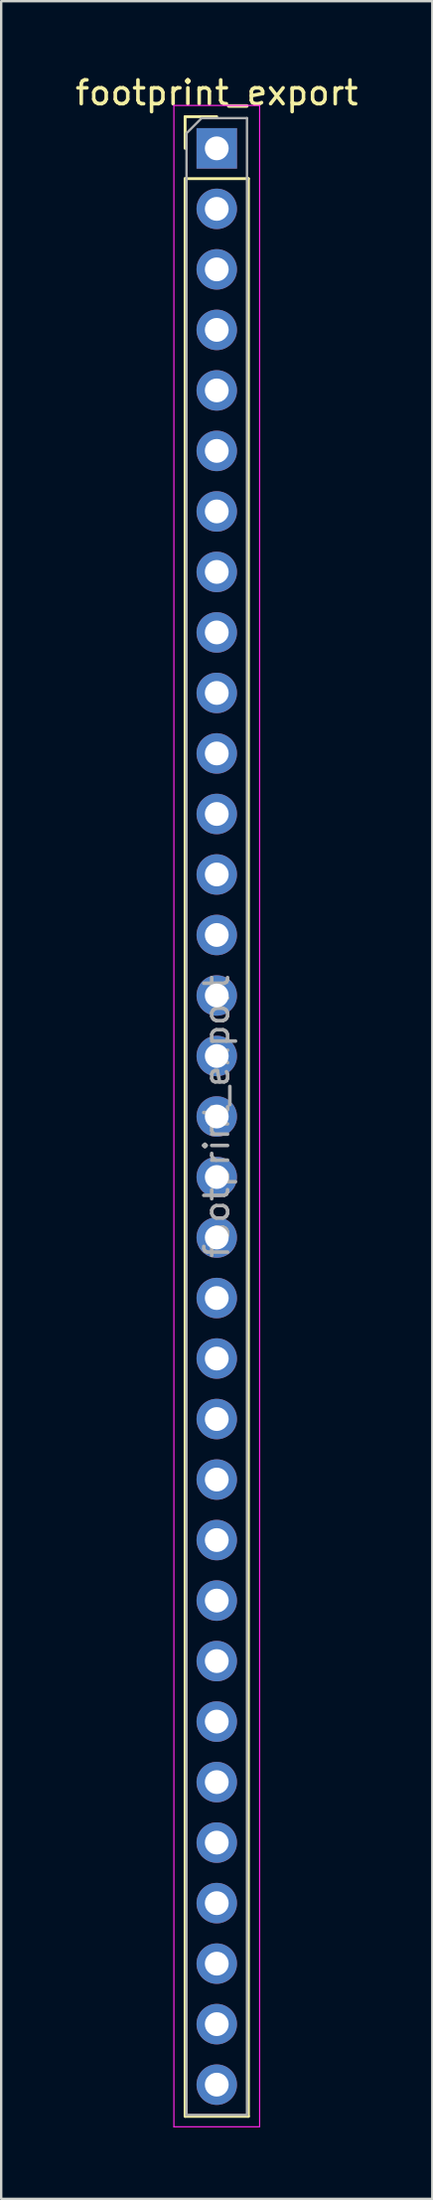
<source format=kicad_pcb>
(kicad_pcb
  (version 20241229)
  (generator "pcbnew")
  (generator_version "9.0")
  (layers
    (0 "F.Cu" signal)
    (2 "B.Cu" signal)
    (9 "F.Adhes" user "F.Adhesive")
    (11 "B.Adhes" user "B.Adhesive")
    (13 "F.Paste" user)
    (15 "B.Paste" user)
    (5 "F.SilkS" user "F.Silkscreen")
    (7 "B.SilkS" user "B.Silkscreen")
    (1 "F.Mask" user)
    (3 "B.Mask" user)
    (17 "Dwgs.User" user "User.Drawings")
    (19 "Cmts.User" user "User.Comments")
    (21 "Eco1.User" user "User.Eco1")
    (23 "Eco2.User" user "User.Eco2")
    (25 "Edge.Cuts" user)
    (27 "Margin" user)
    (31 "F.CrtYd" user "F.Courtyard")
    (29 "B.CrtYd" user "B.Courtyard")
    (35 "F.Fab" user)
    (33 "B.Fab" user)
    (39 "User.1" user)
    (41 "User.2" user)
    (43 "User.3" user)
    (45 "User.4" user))
  (footprint "footprint_export"
    (layer "F.Cu")
    (at 6.054 3.178)
    (property "Reference" "footprint_export" (at 0 -2.33 0) (layer "F.SilkS") (effects (font (size 1 1) (thickness 0.15))))
    (attr through_hole)
    (fp_line (start -1.33 -1.33) (end 0 -1.33) (stroke (width 0.12) (type solid)) (layer "F.SilkS"))
    (fp_line (start -1.33 0) (end -1.33 -1.33) (stroke (width 0.12) (type solid)) (layer "F.SilkS"))
    (fp_line (start -1.33 1.27) (end -1.33 82.61) (stroke (width 0.12) (type solid)) (layer "F.SilkS"))
    (fp_line (start -1.33 1.27) (end 1.33 1.27) (stroke (width 0.12) (type solid)) (layer "F.SilkS"))
    (fp_line (start -1.33 82.61) (end 1.33 82.61) (stroke (width 0.12) (type solid)) (layer "F.SilkS"))
    (fp_line (start 1.33 1.27) (end 1.33 82.61) (stroke (width 0.12) (type solid)) (layer "F.SilkS"))
    (fp_line (start -1.8 -1.8) (end -1.8 83.05) (stroke (width 0.05) (type solid)) (layer "F.CrtYd"))
    (fp_line (start -1.8 83.05) (end 1.8 83.05) (stroke (width 0.05) (type solid)) (layer "F.CrtYd"))
    (fp_line (start 1.8 -1.8) (end -1.8 -1.8) (stroke (width 0.05) (type solid)) (layer "F.CrtYd"))
    (fp_line (start 1.8 83.05) (end 1.8 -1.8) (stroke (width 0.05) (type solid)) (layer "F.CrtYd"))
    (fp_line (start -1.27 -0.635) (end -0.635 -1.27) (stroke (width 0.1) (type solid)) (layer "F.Fab"))
    (fp_line (start -1.27 82.55) (end -1.27 -0.635) (stroke (width 0.1) (type solid)) (layer "F.Fab"))
    (fp_line (start -0.635 -1.27) (end 1.27 -1.27) (stroke (width 0.1) (type solid)) (layer "F.Fab"))
    (fp_line (start 1.27 -1.27) (end 1.27 82.55) (stroke (width 0.1) (type solid)) (layer "F.Fab"))
    (fp_line (start 1.27 82.55) (end -1.27 82.55) (stroke (width 0.1) (type solid)) (layer "F.Fab"))
    (fp_text user "${REFERENCE}" (at 0 40.64 90) (layer "F.Fab") (effects (font (size 1 1) (thickness 0.15))))
    (pad "1" thru_hole rect (at 0 0) (size 1.7 1.7) (drill 1) (layers "*.Cu" "*.Mask"))
    (pad "2" thru_hole oval (at 0 2.54) (size 1.7 1.7) (drill 1) (layers "*.Cu" "*.Mask"))
    (pad "3" thru_hole oval (at 0 5.08) (size 1.7 1.7) (drill 1) (layers "*.Cu" "*.Mask"))
    (pad "4" thru_hole oval (at 0 7.62) (size 1.7 1.7) (drill 1) (layers "*.Cu" "*.Mask"))
    (pad "5" thru_hole oval (at 0 10.16) (size 1.7 1.7) (drill 1) (layers "*.Cu" "*.Mask"))
    (pad "6" thru_hole oval (at 0 12.7) (size 1.7 1.7) (drill 1) (layers "*.Cu" "*.Mask"))
    (pad "7" thru_hole oval (at 0 15.24) (size 1.7 1.7) (drill 1) (layers "*.Cu" "*.Mask"))
    (pad "8" thru_hole oval (at 0 17.78) (size 1.7 1.7) (drill 1) (layers "*.Cu" "*.Mask"))
    (pad "9" thru_hole oval (at 0 20.32) (size 1.7 1.7) (drill 1) (layers "*.Cu" "*.Mask"))
    (pad "10" thru_hole oval (at 0 22.86) (size 1.7 1.7) (drill 1) (layers "*.Cu" "*.Mask"))
    (pad "11" thru_hole oval (at 0 25.4) (size 1.7 1.7) (drill 1) (layers "*.Cu" "*.Mask"))
    (pad "12" thru_hole oval (at 0 27.94) (size 1.7 1.7) (drill 1) (layers "*.Cu" "*.Mask"))
    (pad "13" thru_hole oval (at 0 30.48) (size 1.7 1.7) (drill 1) (layers "*.Cu" "*.Mask"))
    (pad "14" thru_hole oval (at 0 33.02) (size 1.7 1.7) (drill 1) (layers "*.Cu" "*.Mask"))
    (pad "15" thru_hole oval (at 0 35.56) (size 1.7 1.7) (drill 1) (layers "*.Cu" "*.Mask"))
    (pad "16" thru_hole oval (at 0 38.1) (size 1.7 1.7) (drill 1) (layers "*.Cu" "*.Mask"))
    (pad "17" thru_hole oval (at 0 40.64) (size 1.7 1.7) (drill 1) (layers "*.Cu" "*.Mask"))
    (pad "18" thru_hole oval (at 0 43.18) (size 1.7 1.7) (drill 1) (layers "*.Cu" "*.Mask"))
    (pad "19" thru_hole oval (at 0 45.72) (size 1.7 1.7) (drill 1) (layers "*.Cu" "*.Mask"))
    (pad "20" thru_hole oval (at 0 48.26) (size 1.7 1.7) (drill 1) (layers "*.Cu" "*.Mask"))
    (pad "21" thru_hole oval (at 0 50.8) (size 1.7 1.7) (drill 1) (layers "*.Cu" "*.Mask"))
    (pad "22" thru_hole oval (at 0 53.34) (size 1.7 1.7) (drill 1) (layers "*.Cu" "*.Mask"))
    (pad "23" thru_hole oval (at 0 55.88) (size 1.7 1.7) (drill 1) (layers "*.Cu" "*.Mask"))
    (pad "24" thru_hole oval (at 0 58.42) (size 1.7 1.7) (drill 1) (layers "*.Cu" "*.Mask"))
    (pad "25" thru_hole oval (at 0 60.96) (size 1.7 1.7) (drill 1) (layers "*.Cu" "*.Mask"))
    (pad "26" thru_hole oval (at 0 63.5) (size 1.7 1.7) (drill 1) (layers "*.Cu" "*.Mask"))
    (pad "27" thru_hole oval (at 0 66.04) (size 1.7 1.7) (drill 1) (layers "*.Cu" "*.Mask"))
    (pad "28" thru_hole oval (at 0 68.58) (size 1.7 1.7) (drill 1) (layers "*.Cu" "*.Mask"))
    (pad "29" thru_hole oval (at 0 71.12) (size 1.7 1.7) (drill 1) (layers "*.Cu" "*.Mask"))
    (pad "30" thru_hole oval (at 0 73.66) (size 1.7 1.7) (drill 1) (layers "*.Cu" "*.Mask"))
    (pad "31" thru_hole oval (at 0 76.2) (size 1.7 1.7) (drill 1) (layers "*.Cu" "*.Mask"))
    (pad "32" thru_hole oval (at 0 78.74) (size 1.7 1.7) (drill 1) (layers "*.Cu" "*.Mask"))
    (pad "33" thru_hole oval (at 0 81.28) (size 1.7 1.7) (drill 1) (layers "*.Cu" "*.Mask")))
  (gr_rect
    (start -3 -3)
    (end 15.107 89.253)
    (stroke (width 0.1) (type default))
    (fill no)
    (layer "Edge.Cuts")))
</source>
